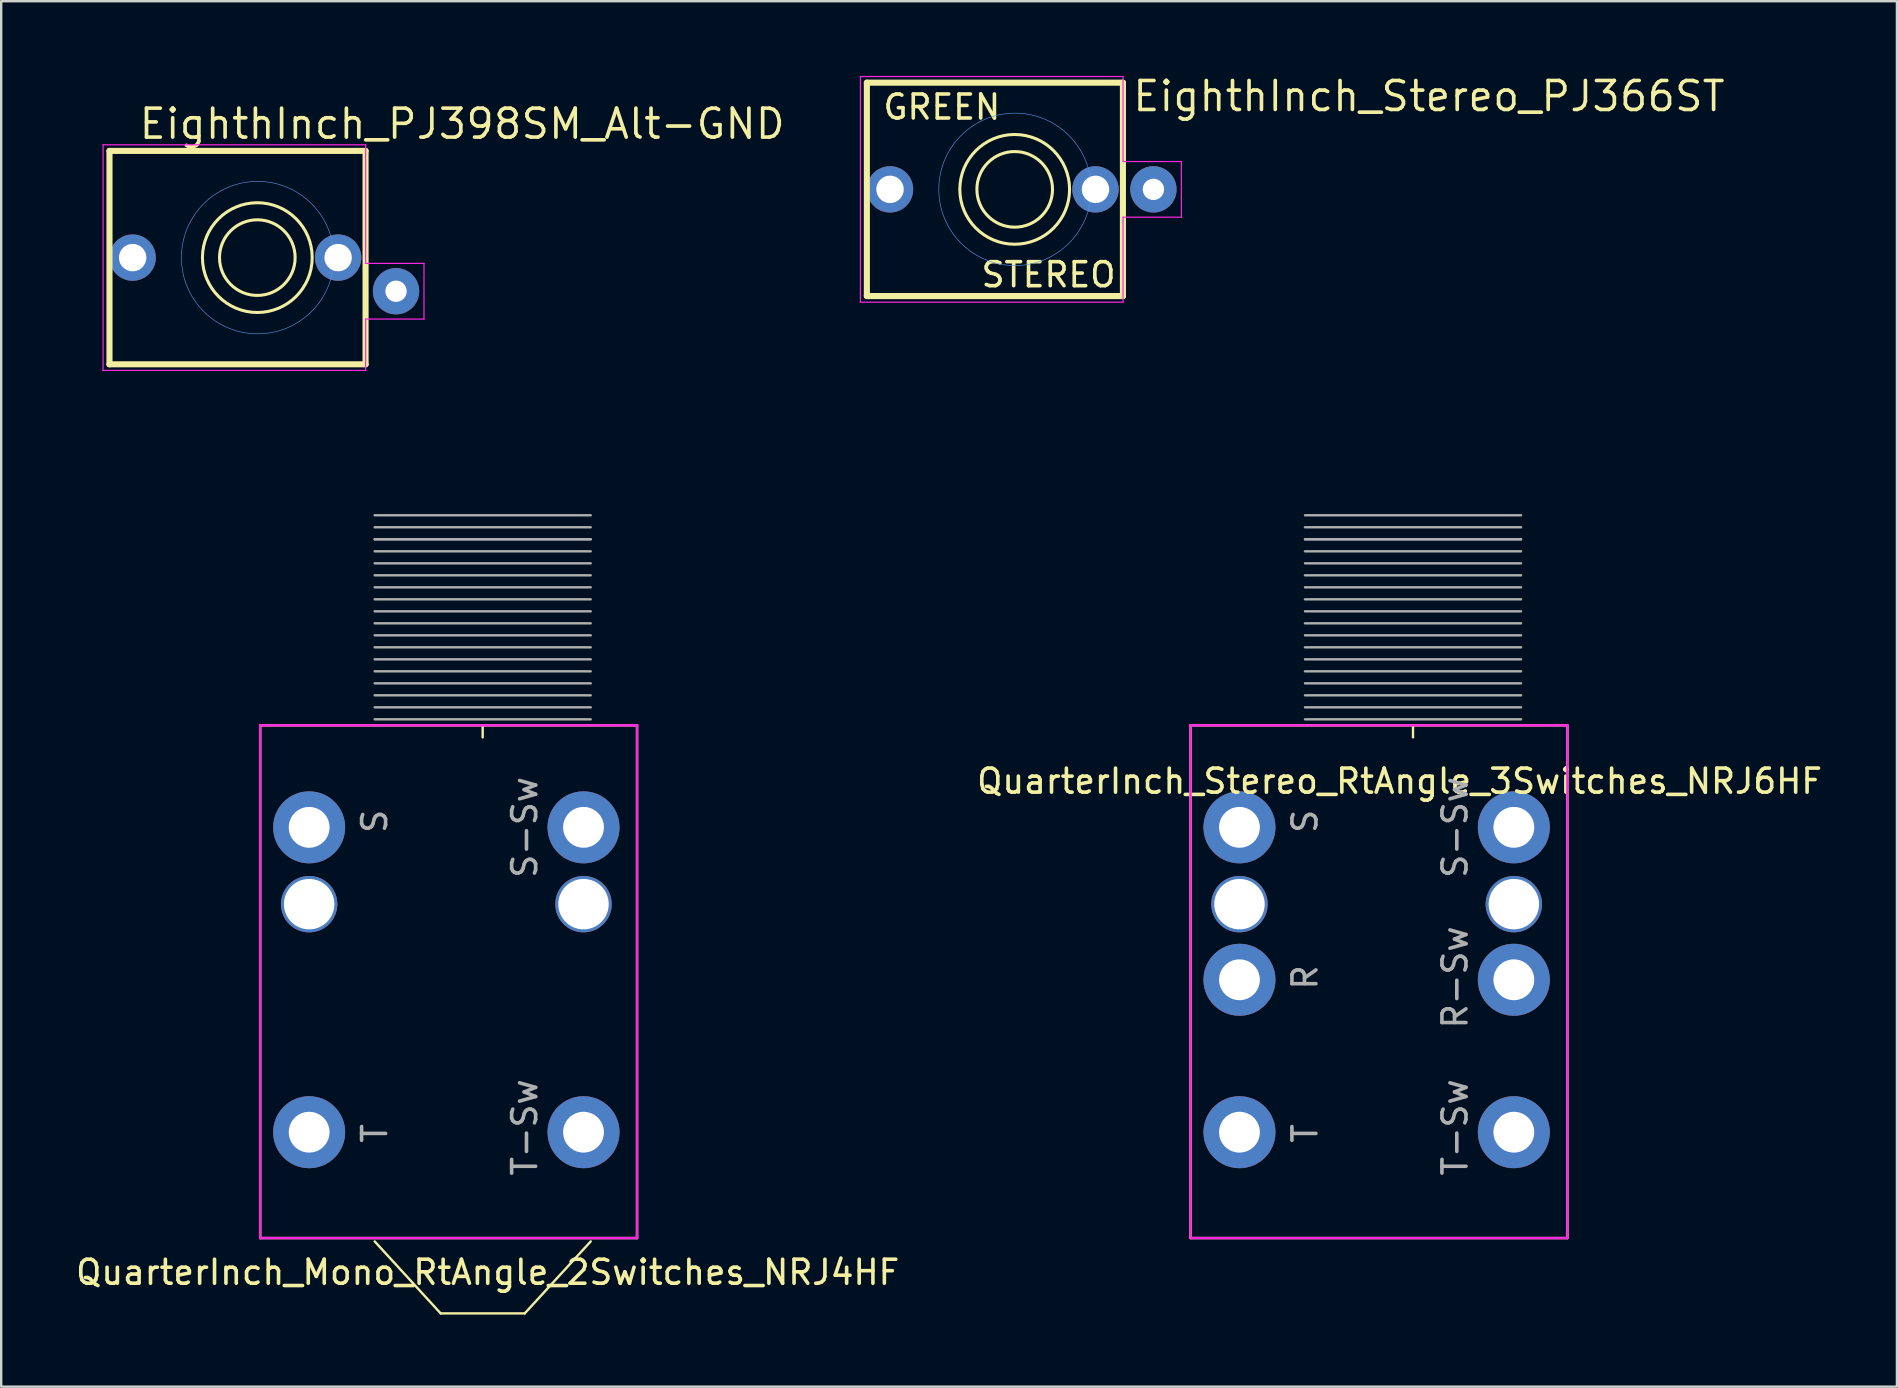
<source format=kicad_pcb>
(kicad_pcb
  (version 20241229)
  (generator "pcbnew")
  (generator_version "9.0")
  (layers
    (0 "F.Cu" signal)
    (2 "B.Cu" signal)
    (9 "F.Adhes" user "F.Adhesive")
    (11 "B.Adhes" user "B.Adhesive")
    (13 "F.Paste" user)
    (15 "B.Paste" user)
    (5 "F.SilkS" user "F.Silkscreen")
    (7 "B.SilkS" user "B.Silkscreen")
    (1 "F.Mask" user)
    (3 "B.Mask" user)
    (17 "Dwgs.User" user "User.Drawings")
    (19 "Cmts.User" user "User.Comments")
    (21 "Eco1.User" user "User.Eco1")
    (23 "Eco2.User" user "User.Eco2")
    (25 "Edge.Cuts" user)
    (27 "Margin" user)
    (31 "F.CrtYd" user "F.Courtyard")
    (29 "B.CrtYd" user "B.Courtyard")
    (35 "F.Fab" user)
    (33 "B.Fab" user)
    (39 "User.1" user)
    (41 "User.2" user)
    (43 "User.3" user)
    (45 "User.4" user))
  (footprint "EighthInch_Stereo_PJ366ST"
    (layer "F.Cu")
    (at 39.235 4.839)
    (property "Reference" "EighthInch_Stereo_PJ366ST" (at 4.826 -3.175 0) (layer "F.SilkS") (effects (font (size 1.206 1.206) (thickness 0.152)) (justify left bottom)))
    (attr through_hole)
    (fp_line (start -6.172 -4.445) (end -6.172 4.445) (stroke (width 0.254) (type solid)) (layer "F.SilkS"))
    (fp_line (start -6.172 4.445) (end 4.496 4.445) (stroke (width 0.254) (type solid)) (layer "F.SilkS"))
    (fp_line (start 4.496 -4.445) (end -6.172 -4.445) (stroke (width 0.254) (type solid)) (layer "F.SilkS"))
    (fp_line (start 4.496 4.445) (end 4.496 -4.445) (stroke (width 0.254) (type solid)) (layer "F.SilkS"))
    (fp_circle (center -0.013 0) (end 1.562 0) (stroke (width 0.127) (type solid)) (fill no) (layer "F.SilkS"))
    (fp_circle (center -0.013 0) (end 2.273 0) (stroke (width 0.127) (type solid)) (fill no) (layer "F.SilkS"))
    (fp_circle (center 0 0) (end 3.175 0) (stroke (width 0.025) (type solid)) (fill no) (layer "Cmts.User"))
    (fp_line (start -6.44 -4.7) (end -6.44 4.7) (stroke (width 0.05) (type solid)) (layer "F.CrtYd"))
    (fp_line (start -6.44 -4.7) (end 4.5 -4.7) (stroke (width 0.05) (type solid)) (layer "F.CrtYd"))
    (fp_line (start -6.44 4.7) (end 4.5 4.7) (stroke (width 0.05) (type solid)) (layer "F.CrtYd"))
    (fp_line (start 4.5 -4.7) (end 4.5 -1.16) (stroke (width 0.05) (type solid)) (layer "F.CrtYd"))
    (fp_line (start 4.5 -1.16) (end 6.93 -1.16) (stroke (width 0.05) (type solid)) (layer "F.CrtYd"))
    (fp_line (start 4.5 1.16) (end 4.5 4.7) (stroke (width 0.05) (type solid)) (layer "F.CrtYd"))
    (fp_line (start 6.93 -1.16) (end 6.93 1.16) (stroke (width 0.05) (type solid)) (layer "F.CrtYd"))
    (fp_line (start 6.93 1.16) (end 4.5 1.16) (stroke (width 0.05) (type solid)) (layer "F.CrtYd"))
    (fp_text user "STEREO" (at 1.397 3.556 0) (layer "F.SilkS") (effects (font (size 1 1) (thickness 0.15))))
    (fp_text user "GREEN" (at -3.048 -3.429 0) (layer "F.SilkS") (effects (font (size 1 1) (thickness 0.15))))
    (pad "1" thru_hole circle (at -5.207 0) (size 1.93 1.93) (drill 1.143) (layers "*.Cu" "*.Mask"))
    (pad "2" thru_hole circle (at 5.766 0) (size 1.93 1.93) (drill 0.889) (layers "*.Cu" "*.Mask"))
    (pad "3" thru_hole circle (at 3.353 0) (size 1.93 1.93) (drill 1.143) (layers "*.Cu" "*.Mask")))
  (footprint "QuarterInch_Stereo_RtAngle_3Switches_NRJ6HF"
    (layer "F.Cu")
    (at 55.815 27.167)
    (property "Reference" "QuarterInch_Stereo_RtAngle_3Switches_NRJ6HF" (at -0.559 2.327 0) (layer "F.SilkS") (effects (font (size 1 1) (thickness 0.15))))
    (attr through_hole)
    (fp_line (start -9.269 0) (end -9.269 21.36) (stroke (width 0.1) (type solid)) (layer "F.SilkS"))
    (fp_line (start -9.269 0) (end 6.431 0) (stroke (width 0.1) (type solid)) (layer "F.SilkS"))
    (fp_line (start -9.269 21.36) (end 6.431 21.36) (stroke (width 0.1) (type solid)) (layer "F.SilkS"))
    (fp_line (start 0 0.5) (end 0 0) (stroke (width 0.1) (type solid)) (layer "F.SilkS"))
    (fp_line (start 6.431 0) (end 6.431 21.36) (stroke (width 0.1) (type solid)) (layer "F.SilkS"))
    (fp_line (start -9.269 0) (end -9.269 21.36) (stroke (width 0.1) (type solid)) (layer "F.CrtYd"))
    (fp_line (start -9.269 0) (end 6.431 0) (stroke (width 0.1) (type solid)) (layer "F.CrtYd"))
    (fp_line (start -9.269 21.36) (end 6.431 21.36) (stroke (width 0.1) (type solid)) (layer "F.CrtYd"))
    (fp_line (start 6.431 0) (end 6.431 21.36) (stroke (width 0.1) (type solid)) (layer "F.CrtYd"))
    (fp_line (start -4.499 -8.75) (end 4.501 -8.75) (stroke (width 0.1) (type solid)) (layer "F.Fab"))
    (fp_line (start -4.499 -8.25) (end 4.501 -8.25) (stroke (width 0.1) (type solid)) (layer "F.Fab"))
    (fp_line (start -4.499 -7.75) (end 4.501 -7.75) (stroke (width 0.1) (type solid)) (layer "F.Fab"))
    (fp_line (start -4.499 -7.75) (end 4.501 -7.75) (stroke (width 0.1) (type solid)) (layer "F.Fab"))
    (fp_line (start -4.499 -7.25) (end 4.501 -7.25) (stroke (width 0.1) (type solid)) (layer "F.Fab"))
    (fp_line (start -4.499 -6.75) (end 4.501 -6.75) (stroke (width 0.1) (type solid)) (layer "F.Fab"))
    (fp_line (start -4.499 -6.25) (end 4.501 -6.25) (stroke (width 0.1) (type solid)) (layer "F.Fab"))
    (fp_line (start -4.499 -5.75) (end 4.501 -5.75) (stroke (width 0.1) (type solid)) (layer "F.Fab"))
    (fp_line (start -4.499 -5.25) (end 4.501 -5.25) (stroke (width 0.1) (type solid)) (layer "F.Fab"))
    (fp_line (start -4.499 -4.75) (end 4.501 -4.75) (stroke (width 0.1) (type solid)) (layer "F.Fab"))
    (fp_line (start -4.499 -4.25) (end 4.501 -4.25) (stroke (width 0.1) (type solid)) (layer "F.Fab"))
    (fp_line (start -4.499 -3.75) (end 4.501 -3.75) (stroke (width 0.1) (type solid)) (layer "F.Fab"))
    (fp_line (start -4.499 -3.25) (end 4.501 -3.25) (stroke (width 0.1) (type solid)) (layer "F.Fab"))
    (fp_line (start -4.499 -2.75) (end 4.501 -2.75) (stroke (width 0.1) (type solid)) (layer "F.Fab"))
    (fp_line (start -4.499 -2.25) (end 4.501 -2.25) (stroke (width 0.1) (type solid)) (layer "F.Fab"))
    (fp_line (start -4.499 -1.75) (end 4.501 -1.75) (stroke (width 0.1) (type solid)) (layer "F.Fab"))
    (fp_line (start -4.499 -1.25) (end 4.501 -1.25) (stroke (width 0.1) (type solid)) (layer "F.Fab"))
    (fp_line (start -4.499 -0.75) (end 4.501 -0.75) (stroke (width 0.1) (type solid)) (layer "F.Fab"))
    (fp_line (start -4.499 -0.25) (end 4.501 -0.25) (stroke (width 0.1) (type solid)) (layer "F.Fab"))
    (fp_text user "R-Sw" (at 1.751 10.5 90) (layer "F.Fab") (effects (font (size 1 1) (thickness 0.15))))
    (fp_text user "S" (at -4.499 4 90) (layer "F.Fab") (effects (font (size 1 1) (thickness 0.15))))
    (fp_text user "T" (at -4.499 17 90) (layer "F.Fab") (effects (font (size 1 1) (thickness 0.15))))
    (fp_text user "S-Sw" (at 1.751 4.25 90) (layer "F.Fab") (effects (font (size 1 1) (thickness 0.15))))
    (fp_text user "R" (at -4.499 10.5 90) (layer "F.Fab") (effects (font (size 1 1) (thickness 0.15))))
    (fp_text user "T-Sw" (at 1.751 16.75 90) (layer "F.Fab") (effects (font (size 1 1) (thickness 0.15))))
    (pad "1" thru_hole circle (at -7.229 16.95 90) (size 3 3) (drill 1.7) (layers "*.Cu" "*.Mask"))
    (pad "2" thru_hole circle (at -7.229 10.6 90) (size 3 3) (drill 1.7) (layers "*.Cu" "*.Mask"))
    (pad "3" thru_hole circle (at -7.229 4.25 90) (size 3 3) (drill 1.7) (layers "*.Cu" "*.Mask"))
    (pad "4" thru_hole circle (at 4.201 16.95 90) (size 3 3) (drill 1.7) (layers "*.Cu" "*.Mask"))
    (pad "5" thru_hole circle (at 4.201 10.6 90) (size 3 3) (drill 1.7) (layers "*.Cu" "*.Mask"))
    (pad "6" thru_hole circle (at 4.201 4.25 90) (size 3 3) (drill 1.7) (layers "*.Cu" "*.Mask"))
    (pad "7" thru_hole circle (at -7.229 7.45 90) (size 2.35 2.35) (drill 2.1) (layers "*.Cu" "*.Mask"))
    (pad "8" thru_hole circle (at 4.201 7.45 90) (size 2.35 2.35) (drill 2.1) (layers "*.Cu" "*.Mask")))
  (footprint "QuarterInch_Mono_RtAngle_2Switches_NRJ4HF"
    (layer "F.Cu")
    (at 17.058 27.167)
    (property "Reference" "QuarterInch_Mono_RtAngle_2Switches_NRJ4HF" (at 0.21 22.787 0) (layer "F.SilkS") (effects (font (size 1 1) (thickness 0.15))))
    (attr through_hole)
    (fp_line (start -9.269 0) (end -9.269 21.36) (stroke (width 0.1) (type solid)) (layer "F.SilkS"))
    (fp_line (start -9.269 0) (end 6.431 0) (stroke (width 0.1) (type solid)) (layer "F.SilkS"))
    (fp_line (start -9.269 21.36) (end 6.431 21.36) (stroke (width 0.1) (type solid)) (layer "F.SilkS"))
    (fp_line (start -4.499 21.5) (end -1.749 24.5) (stroke (width 0.1) (type solid)) (layer "F.SilkS"))
    (fp_line (start 0 0.5) (end 0 0) (stroke (width 0.1) (type solid)) (layer "F.SilkS"))
    (fp_line (start 1.751 24.5) (end -1.749 24.5) (stroke (width 0.1) (type solid)) (layer "F.SilkS"))
    (fp_line (start 4.501 21.5) (end 1.751 24.5) (stroke (width 0.1) (type solid)) (layer "F.SilkS"))
    (fp_line (start 6.431 0) (end 6.431 21.36) (stroke (width 0.1) (type solid)) (layer "F.SilkS"))
    (fp_line (start -9.269 0) (end -9.269 21.36) (stroke (width 0.1) (type solid)) (layer "F.CrtYd"))
    (fp_line (start -9.269 0) (end 6.431 0) (stroke (width 0.1) (type solid)) (layer "F.CrtYd"))
    (fp_line (start -9.269 21.36) (end 6.431 21.36) (stroke (width 0.1) (type solid)) (layer "F.CrtYd"))
    (fp_line (start 6.431 0) (end 6.431 21.36) (stroke (width 0.1) (type solid)) (layer "F.CrtYd"))
    (fp_line (start -4.499 -8.75) (end 4.501 -8.75) (stroke (width 0.1) (type solid)) (layer "F.Fab"))
    (fp_line (start -4.499 -8.25) (end 4.501 -8.25) (stroke (width 0.1) (type solid)) (layer "F.Fab"))
    (fp_line (start -4.499 -7.75) (end 4.501 -7.75) (stroke (width 0.1) (type solid)) (layer "F.Fab"))
    (fp_line (start -4.499 -7.75) (end 4.501 -7.75) (stroke (width 0.1) (type solid)) (layer "F.Fab"))
    (fp_line (start -4.499 -7.25) (end 4.501 -7.25) (stroke (width 0.1) (type solid)) (layer "F.Fab"))
    (fp_line (start -4.499 -6.75) (end 4.501 -6.75) (stroke (width 0.1) (type solid)) (layer "F.Fab"))
    (fp_line (start -4.499 -6.25) (end 4.501 -6.25) (stroke (width 0.1) (type solid)) (layer "F.Fab"))
    (fp_line (start -4.499 -5.75) (end 4.501 -5.75) (stroke (width 0.1) (type solid)) (layer "F.Fab"))
    (fp_line (start -4.499 -5.25) (end 4.501 -5.25) (stroke (width 0.1) (type solid)) (layer "F.Fab"))
    (fp_line (start -4.499 -4.75) (end 4.501 -4.75) (stroke (width 0.1) (type solid)) (layer "F.Fab"))
    (fp_line (start -4.499 -4.25) (end 4.501 -4.25) (stroke (width 0.1) (type solid)) (layer "F.Fab"))
    (fp_line (start -4.499 -3.75) (end 4.501 -3.75) (stroke (width 0.1) (type solid)) (layer "F.Fab"))
    (fp_line (start -4.499 -3.25) (end 4.501 -3.25) (stroke (width 0.1) (type solid)) (layer "F.Fab"))
    (fp_line (start -4.499 -2.75) (end 4.501 -2.75) (stroke (width 0.1) (type solid)) (layer "F.Fab"))
    (fp_line (start -4.499 -2.25) (end 4.501 -2.25) (stroke (width 0.1) (type solid)) (layer "F.Fab"))
    (fp_line (start -4.499 -1.75) (end 4.501 -1.75) (stroke (width 0.1) (type solid)) (layer "F.Fab"))
    (fp_line (start -4.499 -1.25) (end 4.501 -1.25) (stroke (width 0.1) (type solid)) (layer "F.Fab"))
    (fp_line (start -4.499 -0.75) (end 4.501 -0.75) (stroke (width 0.1) (type solid)) (layer "F.Fab"))
    (fp_line (start -4.499 -0.25) (end 4.501 -0.25) (stroke (width 0.1) (type solid)) (layer "F.Fab"))
    (fp_text user "T" (at -4.499 17 90) (layer "F.Fab") (effects (font (size 1 1) (thickness 0.15))))
    (fp_text user "S-Sw" (at 1.751 4.25 90) (layer "F.Fab") (effects (font (size 1 1) (thickness 0.15))))
    (fp_text user "T-Sw" (at 1.751 16.75 90) (layer "F.Fab") (effects (font (size 1 1) (thickness 0.15))))
    (fp_text user "S" (at -4.499 4 90) (layer "F.Fab") (effects (font (size 1 1) (thickness 0.15))))
    (pad "1" thru_hole circle (at -7.229 16.95 90) (size 3 3) (drill 1.7) (layers "*.Cu" "*.Mask"))
    (pad "2" thru_hole circle (at -7.229 4.25 90) (size 3 3) (drill 1.7) (layers "*.Cu" "*.Mask"))
    (pad "3" thru_hole circle (at 4.201 16.95 90) (size 3 3) (drill 1.7) (layers "*.Cu" "*.Mask"))
    (pad "4" thru_hole circle (at 4.201 4.25 90) (size 3 3) (drill 1.7) (layers "*.Cu" "*.Mask"))
    (pad "5" thru_hole circle (at -7.229 7.45 90) (size 2.35 2.35) (drill 2.1) (layers "*.Cu" "*.Mask"))
    (pad "6" thru_hole circle (at 4.201 7.45 90) (size 2.35 2.35) (drill 2.1) (layers "*.Cu" "*.Mask")))
  (footprint "EighthInch_PJ398SM_Alt-GND"
    (layer "F.Cu")
    (at 7.683 7.682)
    (property "Reference" "EighthInch_PJ398SM_Alt-GND" (at -5.017 -4.866 0) (layer "F.SilkS") (effects (font (size 1.206 1.206) (thickness 0.152)) (justify left bottom)))
    (attr through_hole)
    (fp_line (start -6.172 -4.445) (end -6.172 4.445) (stroke (width 0.254) (type solid)) (layer "F.SilkS"))
    (fp_line (start -6.172 4.445) (end 4.496 4.445) (stroke (width 0.254) (type solid)) (layer "F.SilkS"))
    (fp_line (start 4.496 -4.445) (end -6.172 -4.445) (stroke (width 0.254) (type solid)) (layer "F.SilkS"))
    (fp_line (start 4.496 4.445) (end 4.496 -4.445) (stroke (width 0.254) (type solid)) (layer "F.SilkS"))
    (fp_circle (center -0.013 0) (end 1.562 0) (stroke (width 0.127) (type solid)) (fill no) (layer "F.SilkS"))
    (fp_circle (center -0.013 0) (end 2.273 0) (stroke (width 0.127) (type solid)) (fill no) (layer "F.SilkS"))
    (fp_circle (center 0 0) (end 3.175 0) (stroke (width 0.025) (type solid)) (fill no) (layer "Cmts.User"))
    (fp_circle (center 0.000163 0.002) (end 7.62 0.002) (stroke (width 0.127) (type solid)) (fill no) (layer "Eco1.User"))
    (fp_line (start -6.44 -4.7) (end -6.44 4.7) (stroke (width 0.05) (type solid)) (layer "F.CrtYd"))
    (fp_line (start -6.44 -4.7) (end 4.5 -4.7) (stroke (width 0.05) (type solid)) (layer "F.CrtYd"))
    (fp_line (start -6.44 4.7) (end 4.5 4.7) (stroke (width 0.05) (type solid)) (layer "F.CrtYd"))
    (fp_line (start 4.5 -4.7) (end 4.5 0.24) (stroke (width 0.05) (type solid)) (layer "F.CrtYd"))
    (fp_line (start 4.5 0.24) (end 6.93 0.24) (stroke (width 0.05) (type solid)) (layer "F.CrtYd"))
    (fp_line (start 4.5 2.56) (end 4.5 4.7) (stroke (width 0.05) (type solid)) (layer "F.CrtYd"))
    (fp_line (start 6.93 0.24) (end 6.93 2.56) (stroke (width 0.05) (type solid)) (layer "F.CrtYd"))
    (fp_line (start 6.93 2.56) (end 4.5 2.56) (stroke (width 0.05) (type solid)) (layer "F.CrtYd"))
    (pad "1" thru_hole circle (at -5.207 0) (size 1.93 1.93) (drill 1.143) (layers "*.Cu" "*.Mask"))
    (pad "2" thru_hole circle (at 5.766 1.4) (size 1.93 1.93) (drill 0.889) (layers "*.Cu" "*.Mask"))
    (pad "3" thru_hole circle (at 3.353 0) (size 1.93 1.93) (drill 1.143) (layers "*.Cu" "*.Mask")))
  (gr_rect
    (start -3 -3)
    (end 75.976 54.717)
    (stroke (width 0.1) (type default))
    (fill no)
    (layer "Edge.Cuts")))
</source>
